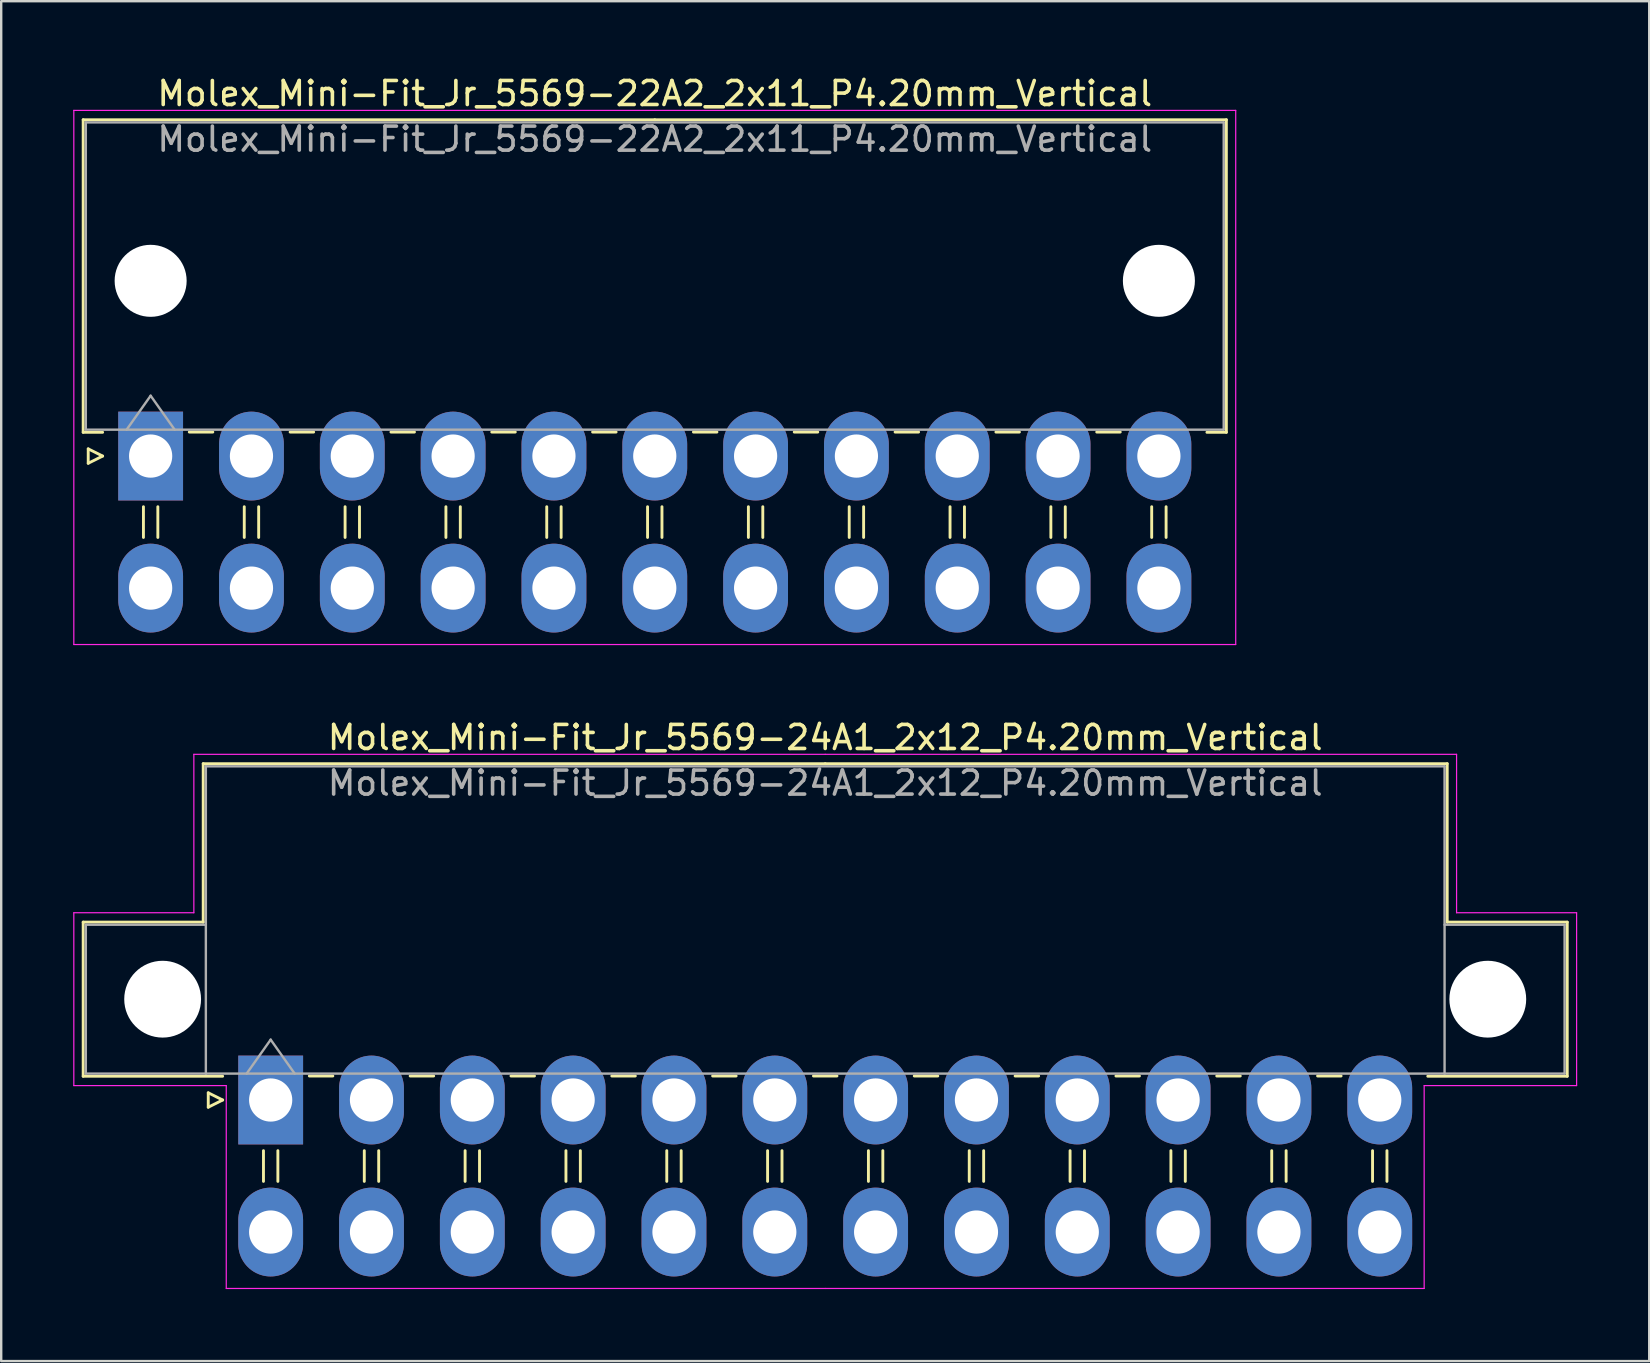
<source format=kicad_pcb>
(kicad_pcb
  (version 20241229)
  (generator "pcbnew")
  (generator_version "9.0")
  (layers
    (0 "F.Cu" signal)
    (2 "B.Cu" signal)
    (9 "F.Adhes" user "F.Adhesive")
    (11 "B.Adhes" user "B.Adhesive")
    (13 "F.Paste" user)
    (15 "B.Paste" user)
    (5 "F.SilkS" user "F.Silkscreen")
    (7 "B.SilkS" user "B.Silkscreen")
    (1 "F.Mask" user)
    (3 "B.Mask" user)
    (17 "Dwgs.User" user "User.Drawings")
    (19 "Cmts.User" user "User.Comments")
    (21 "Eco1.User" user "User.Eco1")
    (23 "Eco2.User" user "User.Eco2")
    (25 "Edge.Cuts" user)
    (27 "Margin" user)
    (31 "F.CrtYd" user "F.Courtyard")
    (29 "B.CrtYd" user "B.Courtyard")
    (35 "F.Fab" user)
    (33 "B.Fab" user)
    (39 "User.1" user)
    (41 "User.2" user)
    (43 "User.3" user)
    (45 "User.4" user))
  (footprint "Molex_Mini-Fit_Jr_5569-22A2_2x11_P4.20mm_Vertical"
    (layer "F.Cu")
    (at 3.225 15.948)
    (property "Reference" "Molex_Mini-Fit_Jr_5569-22A2_2x11_P4.20mm_Vertical" (at 21 -15.1 0) (layer "F.SilkS") (effects (font (size 1 1) (thickness 0.15))))
    (attr through_hole)
    (fp_line (start -2.81 -14.01) (end 21 -14.01) (stroke (width 0.12) (type solid)) (layer "F.SilkS"))
    (fp_line (start -2.81 -0.99) (end -2.81 -14.01) (stroke (width 0.12) (type solid)) (layer "F.SilkS"))
    (fp_line (start -2.6 -0.3) (end -2 0) (stroke (width 0.12) (type solid)) (layer "F.SilkS"))
    (fp_line (start -2.6 0.3) (end -2.6 -0.3) (stroke (width 0.12) (type solid)) (layer "F.SilkS"))
    (fp_line (start -2 -0.99) (end -2.81 -0.99) (stroke (width 0.12) (type solid)) (layer "F.SilkS"))
    (fp_line (start -2 0) (end -2.6 0.3) (stroke (width 0.12) (type solid)) (layer "F.SilkS"))
    (fp_line (start -0.3 2.11) (end -0.3 3.39) (stroke (width 0.12) (type solid)) (layer "F.SilkS"))
    (fp_line (start 0.3 2.11) (end 0.3 3.39) (stroke (width 0.12) (type solid)) (layer "F.SilkS"))
    (fp_line (start 1.61 -1) (end 2.59 -1) (stroke (width 0.12) (type solid)) (layer "F.SilkS"))
    (fp_line (start 3.9 2.11) (end 3.9 3.39) (stroke (width 0.12) (type solid)) (layer "F.SilkS"))
    (fp_line (start 4.5 2.11) (end 4.5 3.39) (stroke (width 0.12) (type solid)) (layer "F.SilkS"))
    (fp_line (start 5.81 -1) (end 6.79 -1) (stroke (width 0.12) (type solid)) (layer "F.SilkS"))
    (fp_line (start 8.1 2.11) (end 8.1 3.39) (stroke (width 0.12) (type solid)) (layer "F.SilkS"))
    (fp_line (start 8.7 2.11) (end 8.7 3.39) (stroke (width 0.12) (type solid)) (layer "F.SilkS"))
    (fp_line (start 10.01 -1) (end 10.99 -1) (stroke (width 0.12) (type solid)) (layer "F.SilkS"))
    (fp_line (start 12.3 2.11) (end 12.3 3.39) (stroke (width 0.12) (type solid)) (layer "F.SilkS"))
    (fp_line (start 12.9 2.11) (end 12.9 3.39) (stroke (width 0.12) (type solid)) (layer "F.SilkS"))
    (fp_line (start 14.21 -1) (end 15.19 -1) (stroke (width 0.12) (type solid)) (layer "F.SilkS"))
    (fp_line (start 16.5 2.11) (end 16.5 3.39) (stroke (width 0.12) (type solid)) (layer "F.SilkS"))
    (fp_line (start 17.1 2.11) (end 17.1 3.39) (stroke (width 0.12) (type solid)) (layer "F.SilkS"))
    (fp_line (start 18.41 -1) (end 19.39 -1) (stroke (width 0.12) (type solid)) (layer "F.SilkS"))
    (fp_line (start 20.7 2.11) (end 20.7 3.39) (stroke (width 0.12) (type solid)) (layer "F.SilkS"))
    (fp_line (start 21.3 2.11) (end 21.3 3.39) (stroke (width 0.12) (type solid)) (layer "F.SilkS"))
    (fp_line (start 22.61 -1) (end 23.59 -1) (stroke (width 0.12) (type solid)) (layer "F.SilkS"))
    (fp_line (start 24.9 2.11) (end 24.9 3.39) (stroke (width 0.12) (type solid)) (layer "F.SilkS"))
    (fp_line (start 25.5 2.11) (end 25.5 3.39) (stroke (width 0.12) (type solid)) (layer "F.SilkS"))
    (fp_line (start 26.81 -1) (end 27.79 -1) (stroke (width 0.12) (type solid)) (layer "F.SilkS"))
    (fp_line (start 29.1 2.11) (end 29.1 3.39) (stroke (width 0.12) (type solid)) (layer "F.SilkS"))
    (fp_line (start 29.7 2.11) (end 29.7 3.39) (stroke (width 0.12) (type solid)) (layer "F.SilkS"))
    (fp_line (start 31.01 -1) (end 31.99 -1) (stroke (width 0.12) (type solid)) (layer "F.SilkS"))
    (fp_line (start 33.3 2.11) (end 33.3 3.39) (stroke (width 0.12) (type solid)) (layer "F.SilkS"))
    (fp_line (start 33.9 2.11) (end 33.9 3.39) (stroke (width 0.12) (type solid)) (layer "F.SilkS"))
    (fp_line (start 35.21 -1) (end 36.19 -1) (stroke (width 0.12) (type solid)) (layer "F.SilkS"))
    (fp_line (start 37.5 2.11) (end 37.5 3.39) (stroke (width 0.12) (type solid)) (layer "F.SilkS"))
    (fp_line (start 38.1 2.11) (end 38.1 3.39) (stroke (width 0.12) (type solid)) (layer "F.SilkS"))
    (fp_line (start 39.41 -1) (end 40.39 -1) (stroke (width 0.12) (type solid)) (layer "F.SilkS"))
    (fp_line (start 41.7 2.11) (end 41.7 3.39) (stroke (width 0.12) (type solid)) (layer "F.SilkS"))
    (fp_line (start 42.3 2.11) (end 42.3 3.39) (stroke (width 0.12) (type solid)) (layer "F.SilkS"))
    (fp_line (start 44 -0.99) (end 44.81 -0.99) (stroke (width 0.12) (type solid)) (layer "F.SilkS"))
    (fp_line (start 44.81 -14.01) (end 21 -14.01) (stroke (width 0.12) (type solid)) (layer "F.SilkS"))
    (fp_line (start 44.81 -0.99) (end 44.81 -14.01) (stroke (width 0.12) (type solid)) (layer "F.SilkS"))
    (fp_line (start -3.2 -14.4) (end -3.2 7.85) (stroke (width 0.05) (type solid)) (layer "F.CrtYd"))
    (fp_line (start -3.2 7.85) (end 45.2 7.85) (stroke (width 0.05) (type solid)) (layer "F.CrtYd"))
    (fp_line (start 45.2 -14.4) (end -3.2 -14.4) (stroke (width 0.05) (type solid)) (layer "F.CrtYd"))
    (fp_line (start 45.2 7.85) (end 45.2 -14.4) (stroke (width 0.05) (type solid)) (layer "F.CrtYd"))
    (fp_line (start -2.7 -13.9) (end -2.7 -1.1) (stroke (width 0.1) (type solid)) (layer "F.Fab"))
    (fp_line (start -2.7 -1.1) (end 44.7 -1.1) (stroke (width 0.1) (type solid)) (layer "F.Fab"))
    (fp_line (start -1 -1.1) (end 0 -2.514) (stroke (width 0.1) (type solid)) (layer "F.Fab"))
    (fp_line (start 0 -2.514) (end 1 -1.1) (stroke (width 0.1) (type solid)) (layer "F.Fab"))
    (fp_line (start 44.7 -13.9) (end -2.7 -13.9) (stroke (width 0.1) (type solid)) (layer "F.Fab"))
    (fp_line (start 44.7 -1.1) (end 44.7 -13.9) (stroke (width 0.1) (type solid)) (layer "F.Fab"))
    (fp_text user "${REFERENCE}" (at 21 -13.2 0) (layer "F.Fab") (effects (font (size 1 1) (thickness 0.15))))
    (pad "" np_thru_hole circle (at 0 -7.3) (size 3 3) (drill 3) (layers "*.Cu" "*.Mask"))
    (pad "" np_thru_hole circle (at 42 -7.3) (size 3 3) (drill 3) (layers "*.Cu" "*.Mask"))
    (pad "1" thru_hole rect (at 0 0) (size 2.7 3.7) (drill 1.8) (layers "*.Cu" "*.Mask"))
    (pad "2" thru_hole oval (at 4.2 0) (size 2.7 3.7) (drill 1.8) (layers "*.Cu" "*.Mask"))
    (pad "3" thru_hole oval (at 8.4 0) (size 2.7 3.7) (drill 1.8) (layers "*.Cu" "*.Mask"))
    (pad "4" thru_hole oval (at 12.6 0) (size 2.7 3.7) (drill 1.8) (layers "*.Cu" "*.Mask"))
    (pad "5" thru_hole oval (at 16.8 0) (size 2.7 3.7) (drill 1.8) (layers "*.Cu" "*.Mask"))
    (pad "6" thru_hole oval (at 21 0) (size 2.7 3.7) (drill 1.8) (layers "*.Cu" "*.Mask"))
    (pad "7" thru_hole oval (at 25.2 0) (size 2.7 3.7) (drill 1.8) (layers "*.Cu" "*.Mask"))
    (pad "8" thru_hole oval (at 29.4 0) (size 2.7 3.7) (drill 1.8) (layers "*.Cu" "*.Mask"))
    (pad "9" thru_hole oval (at 33.6 0) (size 2.7 3.7) (drill 1.8) (layers "*.Cu" "*.Mask"))
    (pad "10" thru_hole oval (at 37.8 0) (size 2.7 3.7) (drill 1.8) (layers "*.Cu" "*.Mask"))
    (pad "11" thru_hole oval (at 42 0) (size 2.7 3.7) (drill 1.8) (layers "*.Cu" "*.Mask"))
    (pad "12" thru_hole oval (at 0 5.5) (size 2.7 3.7) (drill 1.8) (layers "*.Cu" "*.Mask"))
    (pad "13" thru_hole oval (at 4.2 5.5) (size 2.7 3.7) (drill 1.8) (layers "*.Cu" "*.Mask"))
    (pad "14" thru_hole oval (at 8.4 5.5) (size 2.7 3.7) (drill 1.8) (layers "*.Cu" "*.Mask"))
    (pad "15" thru_hole oval (at 12.6 5.5) (size 2.7 3.7) (drill 1.8) (layers "*.Cu" "*.Mask"))
    (pad "16" thru_hole oval (at 16.8 5.5) (size 2.7 3.7) (drill 1.8) (layers "*.Cu" "*.Mask"))
    (pad "17" thru_hole oval (at 21 5.5) (size 2.7 3.7) (drill 1.8) (layers "*.Cu" "*.Mask"))
    (pad "18" thru_hole oval (at 25.2 5.5) (size 2.7 3.7) (drill 1.8) (layers "*.Cu" "*.Mask"))
    (pad "19" thru_hole oval (at 29.4 5.5) (size 2.7 3.7) (drill 1.8) (layers "*.Cu" "*.Mask"))
    (pad "20" thru_hole oval (at 33.6 5.5) (size 2.7 3.7) (drill 1.8) (layers "*.Cu" "*.Mask"))
    (pad "21" thru_hole oval (at 37.8 5.5) (size 2.7 3.7) (drill 1.8) (layers "*.Cu" "*.Mask"))
    (pad "22" thru_hole oval (at 42 5.5) (size 2.7 3.7) (drill 1.8) (layers "*.Cu" "*.Mask")))
  (footprint "Molex_Mini-Fit_Jr_5569-24A1_2x12_P4.20mm_Vertical"
    (layer "F.Cu")
    (at 8.225 42.772)
    (property "Reference" "Molex_Mini-Fit_Jr_5569-24A1_2x12_P4.20mm_Vertical" (at 23.1 -15.1 0) (layer "F.SilkS") (effects (font (size 1 1) (thickness 0.15))))
    (attr through_hole)
    (fp_line (start -7.81 -7.41) (end -7.81 -0.99) (stroke (width 0.12) (type solid)) (layer "F.SilkS"))
    (fp_line (start -7.81 -0.99) (end -2 -0.99) (stroke (width 0.12) (type solid)) (layer "F.SilkS"))
    (fp_line (start -2.81 -14.01) (end -2.81 -7.41) (stroke (width 0.12) (type solid)) (layer "F.SilkS"))
    (fp_line (start -2.81 -7.41) (end -7.81 -7.41) (stroke (width 0.12) (type solid)) (layer "F.SilkS"))
    (fp_line (start -2.6 -0.3) (end -2 0) (stroke (width 0.12) (type solid)) (layer "F.SilkS"))
    (fp_line (start -2.6 0.3) (end -2.6 -0.3) (stroke (width 0.12) (type solid)) (layer "F.SilkS"))
    (fp_line (start -2 0) (end -2.6 0.3) (stroke (width 0.12) (type solid)) (layer "F.SilkS"))
    (fp_line (start -0.3 2.11) (end -0.3 3.39) (stroke (width 0.12) (type solid)) (layer "F.SilkS"))
    (fp_line (start 0.3 2.11) (end 0.3 3.39) (stroke (width 0.12) (type solid)) (layer "F.SilkS"))
    (fp_line (start 1.61 -1) (end 2.59 -1) (stroke (width 0.12) (type solid)) (layer "F.SilkS"))
    (fp_line (start 3.9 2.11) (end 3.9 3.39) (stroke (width 0.12) (type solid)) (layer "F.SilkS"))
    (fp_line (start 4.5 2.11) (end 4.5 3.39) (stroke (width 0.12) (type solid)) (layer "F.SilkS"))
    (fp_line (start 5.81 -1) (end 6.79 -1) (stroke (width 0.12) (type solid)) (layer "F.SilkS"))
    (fp_line (start 8.1 2.11) (end 8.1 3.39) (stroke (width 0.12) (type solid)) (layer "F.SilkS"))
    (fp_line (start 8.7 2.11) (end 8.7 3.39) (stroke (width 0.12) (type solid)) (layer "F.SilkS"))
    (fp_line (start 10.01 -1) (end 10.99 -1) (stroke (width 0.12) (type solid)) (layer "F.SilkS"))
    (fp_line (start 12.3 2.11) (end 12.3 3.39) (stroke (width 0.12) (type solid)) (layer "F.SilkS"))
    (fp_line (start 12.9 2.11) (end 12.9 3.39) (stroke (width 0.12) (type solid)) (layer "F.SilkS"))
    (fp_line (start 14.21 -1) (end 15.19 -1) (stroke (width 0.12) (type solid)) (layer "F.SilkS"))
    (fp_line (start 16.5 2.11) (end 16.5 3.39) (stroke (width 0.12) (type solid)) (layer "F.SilkS"))
    (fp_line (start 17.1 2.11) (end 17.1 3.39) (stroke (width 0.12) (type solid)) (layer "F.SilkS"))
    (fp_line (start 18.41 -1) (end 19.39 -1) (stroke (width 0.12) (type solid)) (layer "F.SilkS"))
    (fp_line (start 20.7 2.11) (end 20.7 3.39) (stroke (width 0.12) (type solid)) (layer "F.SilkS"))
    (fp_line (start 21.3 2.11) (end 21.3 3.39) (stroke (width 0.12) (type solid)) (layer "F.SilkS"))
    (fp_line (start 22.61 -1) (end 23.59 -1) (stroke (width 0.12) (type solid)) (layer "F.SilkS"))
    (fp_line (start 23.1 -14.01) (end -2.81 -14.01) (stroke (width 0.12) (type solid)) (layer "F.SilkS"))
    (fp_line (start 23.1 -14.01) (end 49.01 -14.01) (stroke (width 0.12) (type solid)) (layer "F.SilkS"))
    (fp_line (start 24.9 2.11) (end 24.9 3.39) (stroke (width 0.12) (type solid)) (layer "F.SilkS"))
    (fp_line (start 25.5 2.11) (end 25.5 3.39) (stroke (width 0.12) (type solid)) (layer "F.SilkS"))
    (fp_line (start 26.81 -1) (end 27.79 -1) (stroke (width 0.12) (type solid)) (layer "F.SilkS"))
    (fp_line (start 29.1 2.11) (end 29.1 3.39) (stroke (width 0.12) (type solid)) (layer "F.SilkS"))
    (fp_line (start 29.7 2.11) (end 29.7 3.39) (stroke (width 0.12) (type solid)) (layer "F.SilkS"))
    (fp_line (start 31.01 -1) (end 31.99 -1) (stroke (width 0.12) (type solid)) (layer "F.SilkS"))
    (fp_line (start 33.3 2.11) (end 33.3 3.39) (stroke (width 0.12) (type solid)) (layer "F.SilkS"))
    (fp_line (start 33.9 2.11) (end 33.9 3.39) (stroke (width 0.12) (type solid)) (layer "F.SilkS"))
    (fp_line (start 35.21 -1) (end 36.19 -1) (stroke (width 0.12) (type solid)) (layer "F.SilkS"))
    (fp_line (start 37.5 2.11) (end 37.5 3.39) (stroke (width 0.12) (type solid)) (layer "F.SilkS"))
    (fp_line (start 38.1 2.11) (end 38.1 3.39) (stroke (width 0.12) (type solid)) (layer "F.SilkS"))
    (fp_line (start 39.41 -1) (end 40.39 -1) (stroke (width 0.12) (type solid)) (layer "F.SilkS"))
    (fp_line (start 41.7 2.11) (end 41.7 3.39) (stroke (width 0.12) (type solid)) (layer "F.SilkS"))
    (fp_line (start 42.3 2.11) (end 42.3 3.39) (stroke (width 0.12) (type solid)) (layer "F.SilkS"))
    (fp_line (start 43.61 -1) (end 44.59 -1) (stroke (width 0.12) (type solid)) (layer "F.SilkS"))
    (fp_line (start 45.9 2.11) (end 45.9 3.39) (stroke (width 0.12) (type solid)) (layer "F.SilkS"))
    (fp_line (start 46.5 2.11) (end 46.5 3.39) (stroke (width 0.12) (type solid)) (layer "F.SilkS"))
    (fp_line (start 49.01 -14.01) (end 49.01 -7.41) (stroke (width 0.12) (type solid)) (layer "F.SilkS"))
    (fp_line (start 49.01 -7.41) (end 54.01 -7.41) (stroke (width 0.12) (type solid)) (layer "F.SilkS"))
    (fp_line (start 54.01 -7.41) (end 54.01 -0.99) (stroke (width 0.12) (type solid)) (layer "F.SilkS"))
    (fp_line (start 54.01 -0.99) (end 48.2 -0.99) (stroke (width 0.12) (type solid)) (layer "F.SilkS"))
    (fp_line (start -8.2 -7.8) (end -8.2 -0.6) (stroke (width 0.05) (type solid)) (layer "F.CrtYd"))
    (fp_line (start -8.2 -0.6) (end -1.85 -0.6) (stroke (width 0.05) (type solid)) (layer "F.CrtYd"))
    (fp_line (start -3.2 -14.4) (end -3.2 -7.8) (stroke (width 0.05) (type solid)) (layer "F.CrtYd"))
    (fp_line (start -3.2 -7.8) (end -8.2 -7.8) (stroke (width 0.05) (type solid)) (layer "F.CrtYd"))
    (fp_line (start -1.85 -0.6) (end -1.85 7.85) (stroke (width 0.05) (type solid)) (layer "F.CrtYd"))
    (fp_line (start -1.85 7.85) (end 23.1 7.85) (stroke (width 0.05) (type solid)) (layer "F.CrtYd"))
    (fp_line (start 23.1 -14.4) (end -3.2 -14.4) (stroke (width 0.05) (type solid)) (layer "F.CrtYd"))
    (fp_line (start 23.1 -14.4) (end 49.4 -14.4) (stroke (width 0.05) (type solid)) (layer "F.CrtYd"))
    (fp_line (start 48.05 -0.6) (end 48.05 7.85) (stroke (width 0.05) (type solid)) (layer "F.CrtYd"))
    (fp_line (start 48.05 7.85) (end 23.1 7.85) (stroke (width 0.05) (type solid)) (layer "F.CrtYd"))
    (fp_line (start 49.4 -14.4) (end 49.4 -7.8) (stroke (width 0.05) (type solid)) (layer "F.CrtYd"))
    (fp_line (start 49.4 -7.8) (end 54.4 -7.8) (stroke (width 0.05) (type solid)) (layer "F.CrtYd"))
    (fp_line (start 54.4 -7.8) (end 54.4 -0.6) (stroke (width 0.05) (type solid)) (layer "F.CrtYd"))
    (fp_line (start 54.4 -0.6) (end 48.05 -0.6) (stroke (width 0.05) (type solid)) (layer "F.CrtYd"))
    (fp_line (start -7.7 -7.3) (end -7.7 -1.1) (stroke (width 0.1) (type solid)) (layer "F.Fab"))
    (fp_line (start -7.7 -1.1) (end -2.7 -1.1) (stroke (width 0.1) (type solid)) (layer "F.Fab"))
    (fp_line (start -2.7 -13.9) (end -2.7 -1.1) (stroke (width 0.1) (type solid)) (layer "F.Fab"))
    (fp_line (start -2.7 -7.3) (end -7.7 -7.3) (stroke (width 0.1) (type solid)) (layer "F.Fab"))
    (fp_line (start -2.7 -1.1) (end 48.9 -1.1) (stroke (width 0.1) (type solid)) (layer "F.Fab"))
    (fp_line (start -1 -1.1) (end 0 -2.514) (stroke (width 0.1) (type solid)) (layer "F.Fab"))
    (fp_line (start 0 -2.514) (end 1 -1.1) (stroke (width 0.1) (type solid)) (layer "F.Fab"))
    (fp_line (start 48.9 -13.9) (end -2.7 -13.9) (stroke (width 0.1) (type solid)) (layer "F.Fab"))
    (fp_line (start 48.9 -7.3) (end 53.9 -7.3) (stroke (width 0.1) (type solid)) (layer "F.Fab"))
    (fp_line (start 48.9 -1.1) (end 48.9 -13.9) (stroke (width 0.1) (type solid)) (layer "F.Fab"))
    (fp_line (start 53.9 -7.3) (end 53.9 -1.1) (stroke (width 0.1) (type solid)) (layer "F.Fab"))
    (fp_line (start 53.9 -1.1) (end 48.9 -1.1) (stroke (width 0.1) (type solid)) (layer "F.Fab"))
    (fp_text user "${REFERENCE}" (at 23.1 -13.2 0) (layer "F.Fab") (effects (font (size 1 1) (thickness 0.15))))
    (pad "" np_thru_hole circle (at -4.5 -4.2) (size 3.2 3.2) (drill 3.2) (layers "*.Cu" "*.Mask"))
    (pad "" np_thru_hole circle (at 50.7 -4.2) (size 3.2 3.2) (drill 3.2) (layers "*.Cu" "*.Mask"))
    (pad "1" thru_hole rect (at 0 0) (size 2.7 3.7) (drill 1.8) (layers "*.Cu" "*.Mask"))
    (pad "2" thru_hole oval (at 4.2 0) (size 2.7 3.7) (drill 1.8) (layers "*.Cu" "*.Mask"))
    (pad "3" thru_hole oval (at 8.4 0) (size 2.7 3.7) (drill 1.8) (layers "*.Cu" "*.Mask"))
    (pad "4" thru_hole oval (at 12.6 0) (size 2.7 3.7) (drill 1.8) (layers "*.Cu" "*.Mask"))
    (pad "5" thru_hole oval (at 16.8 0) (size 2.7 3.7) (drill 1.8) (layers "*.Cu" "*.Mask"))
    (pad "6" thru_hole oval (at 21 0) (size 2.7 3.7) (drill 1.8) (layers "*.Cu" "*.Mask"))
    (pad "7" thru_hole oval (at 25.2 0) (size 2.7 3.7) (drill 1.8) (layers "*.Cu" "*.Mask"))
    (pad "8" thru_hole oval (at 29.4 0) (size 2.7 3.7) (drill 1.8) (layers "*.Cu" "*.Mask"))
    (pad "9" thru_hole oval (at 33.6 0) (size 2.7 3.7) (drill 1.8) (layers "*.Cu" "*.Mask"))
    (pad "10" thru_hole oval (at 37.8 0) (size 2.7 3.7) (drill 1.8) (layers "*.Cu" "*.Mask"))
    (pad "11" thru_hole oval (at 42 0) (size 2.7 3.7) (drill 1.8) (layers "*.Cu" "*.Mask"))
    (pad "12" thru_hole oval (at 46.2 0) (size 2.7 3.7) (drill 1.8) (layers "*.Cu" "*.Mask"))
    (pad "13" thru_hole oval (at 0 5.5) (size 2.7 3.7) (drill 1.8) (layers "*.Cu" "*.Mask"))
    (pad "14" thru_hole oval (at 4.2 5.5) (size 2.7 3.7) (drill 1.8) (layers "*.Cu" "*.Mask"))
    (pad "15" thru_hole oval (at 8.4 5.5) (size 2.7 3.7) (drill 1.8) (layers "*.Cu" "*.Mask"))
    (pad "16" thru_hole oval (at 12.6 5.5) (size 2.7 3.7) (drill 1.8) (layers "*.Cu" "*.Mask"))
    (pad "17" thru_hole oval (at 16.8 5.5) (size 2.7 3.7) (drill 1.8) (layers "*.Cu" "*.Mask"))
    (pad "18" thru_hole oval (at 21 5.5) (size 2.7 3.7) (drill 1.8) (layers "*.Cu" "*.Mask"))
    (pad "19" thru_hole oval (at 25.2 5.5) (size 2.7 3.7) (drill 1.8) (layers "*.Cu" "*.Mask"))
    (pad "20" thru_hole oval (at 29.4 5.5) (size 2.7 3.7) (drill 1.8) (layers "*.Cu" "*.Mask"))
    (pad "21" thru_hole oval (at 33.6 5.5) (size 2.7 3.7) (drill 1.8) (layers "*.Cu" "*.Mask"))
    (pad "22" thru_hole oval (at 37.8 5.5) (size 2.7 3.7) (drill 1.8) (layers "*.Cu" "*.Mask"))
    (pad "23" thru_hole oval (at 42 5.5) (size 2.7 3.7) (drill 1.8) (layers "*.Cu" "*.Mask"))
    (pad "24" thru_hole oval (at 46.2 5.5) (size 2.7 3.7) (drill 1.8) (layers "*.Cu" "*.Mask")))
  (gr_rect
    (start -3 -3)
    (end 65.65 53.647)
    (stroke (width 0.1) (type default))
    (fill no)
    (layer "Edge.Cuts")))
</source>
